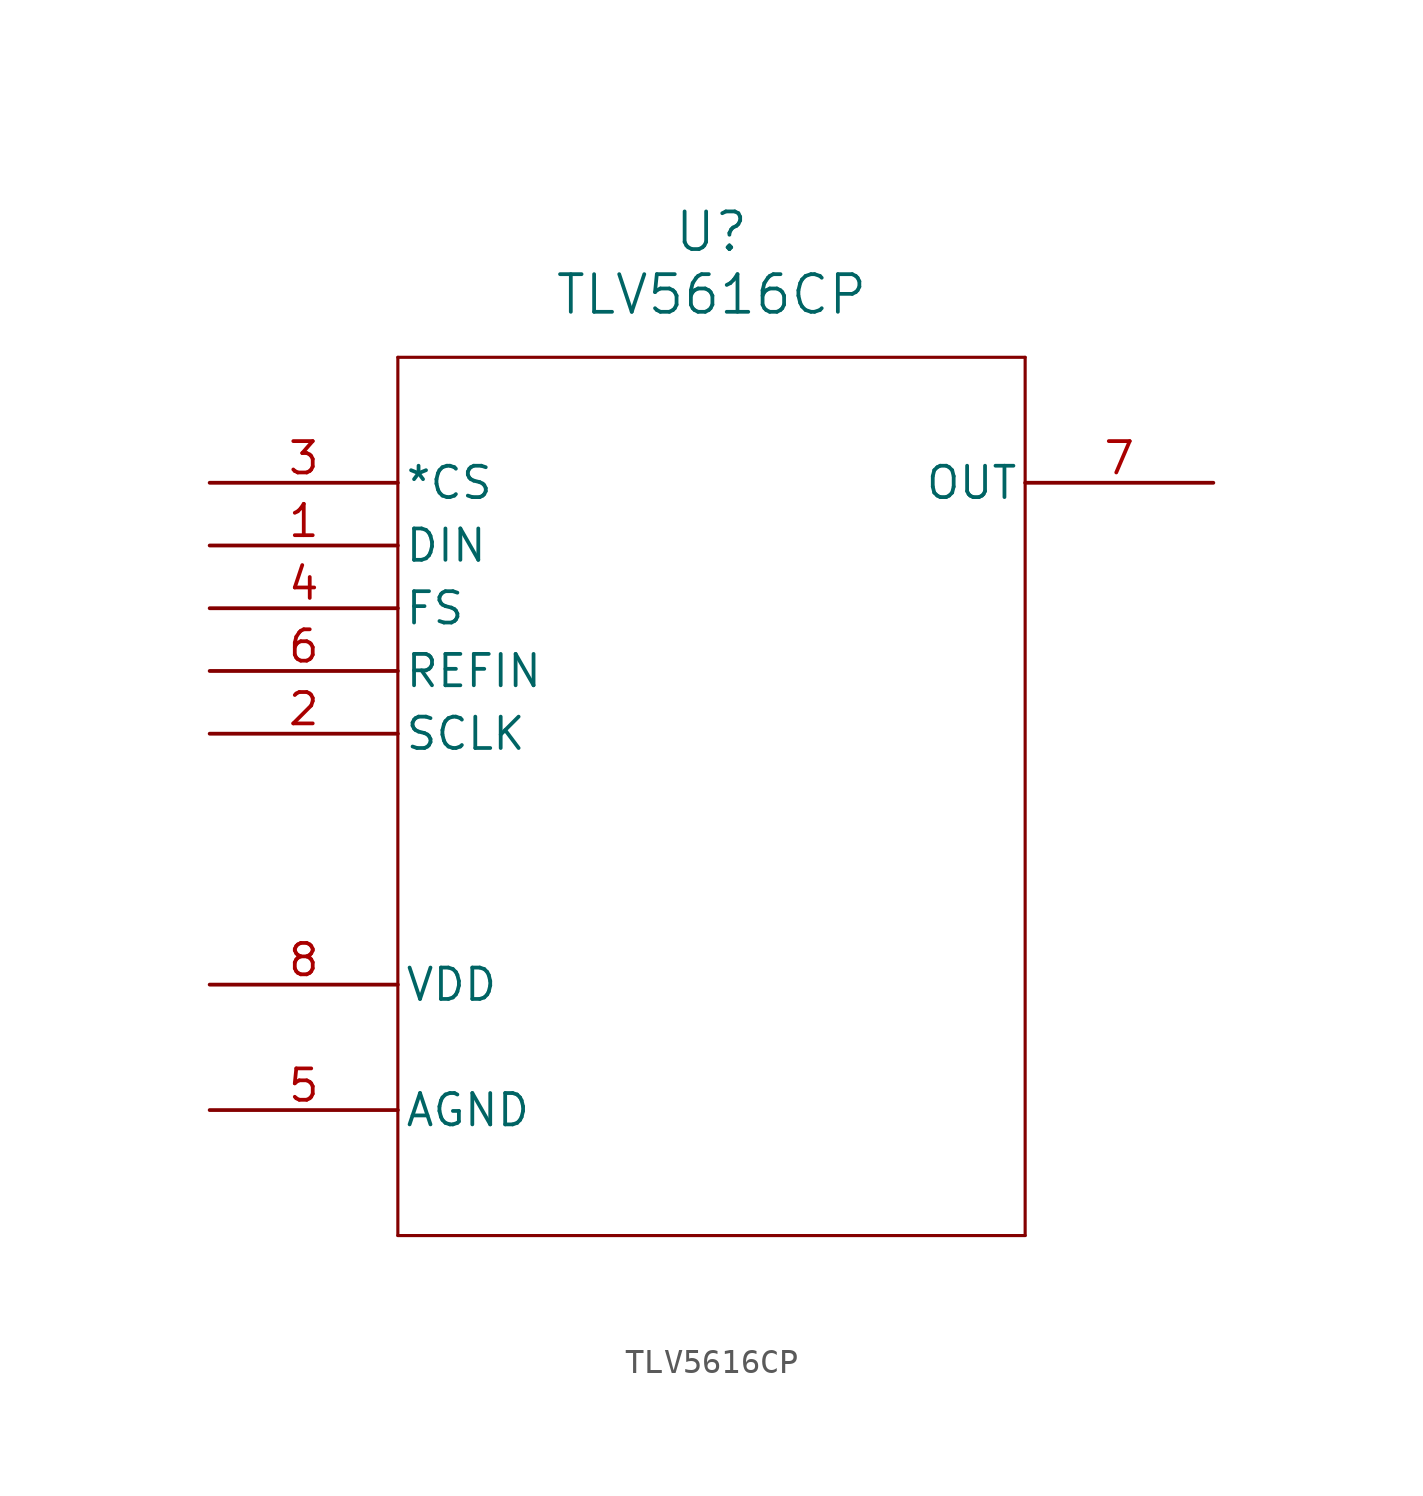
<source format=kicad_sym>
(kicad_symbol_lib
  (version 20211014)
  (generator kicad_symbol_editor)
  (symbol "TLV5616CP"
    (pin_names
      (offset 0.254))
    (property "Reference" "U"
      (at 20.32 10.16 0)
      (effects (font (size 1.524 1.524))))
    (property "Value" "TLV5616CP"
      (at 20.32 7.62 0)
      (effects (font (size 1.524 1.524))))
    (polyline
      (pts (xy 7.62 5.08) (xy 7.62 -30.48))
      (stroke (width 0.127) (type default) (color 0 0 0 0))
      (fill (type none)))
    (polyline
      (pts (xy 7.62 -30.48) (xy 33.02 -30.48))
      (stroke (width 0.127) (type default) (color 0 0 0 0))
      (fill (type none)))
    (polyline
      (pts (xy 33.02 -30.48) (xy 33.02 5.08))
      (stroke (width 0.127) (type default) (color 0 0 0 0))
      (fill (type none)))
    (polyline
      (pts (xy 33.02 5.08) (xy 7.62 5.08))
      (stroke (width 0.127) (type default) (color 0 0 0 0))
      (fill (type none)))
    (pin input line
      (at 0 -2.54 0)
      (length 7.62)
      (name "DIN" (effects (font (size 1.27 1.27))))
      (number "1" (effects (font (size 1.27 1.27)))))
    (pin input line
      (at 0 -10.16 0)
      (length 7.62)
      (name "SCLK" (effects (font (size 1.27 1.27))))
      (number "2" (effects (font (size 1.27 1.27)))))
    (pin input line
      (at 0 0 0)
      (length 7.62)
      (name "*CS" (effects (font (size 1.27 1.27))))
      (number "3" (effects (font (size 1.27 1.27)))))
    (pin input line
      (at 0 -5.08 0)
      (length 7.62)
      (name "FS" (effects (font (size 1.27 1.27))))
      (number "4" (effects (font (size 1.27 1.27)))))
    (pin power_in line
      (at 0 -25.4 0)
      (length 7.62)
      (name "AGND" (effects (font (size 1.27 1.27))))
      (number "5" (effects (font (size 1.27 1.27)))))
    (pin input line
      (at 0 -7.62 0)
      (length 7.62)
      (name "REFIN" (effects (font (size 1.27 1.27))))
      (number "6" (effects (font (size 1.27 1.27)))))
    (pin output line
      (at 40.64 0 180)
      (length 7.62)
      (name "OUT" (effects (font (size 1.27 1.27))))
      (number "7" (effects (font (size 1.27 1.27)))))
    (pin power_in line
      (at 0 -20.32 0)
      (length 7.62)
      (name "VDD" (effects (font (size 1.27 1.27))))
      (number "8" (effects (font (size 1.27 1.27)))))))
</source>
